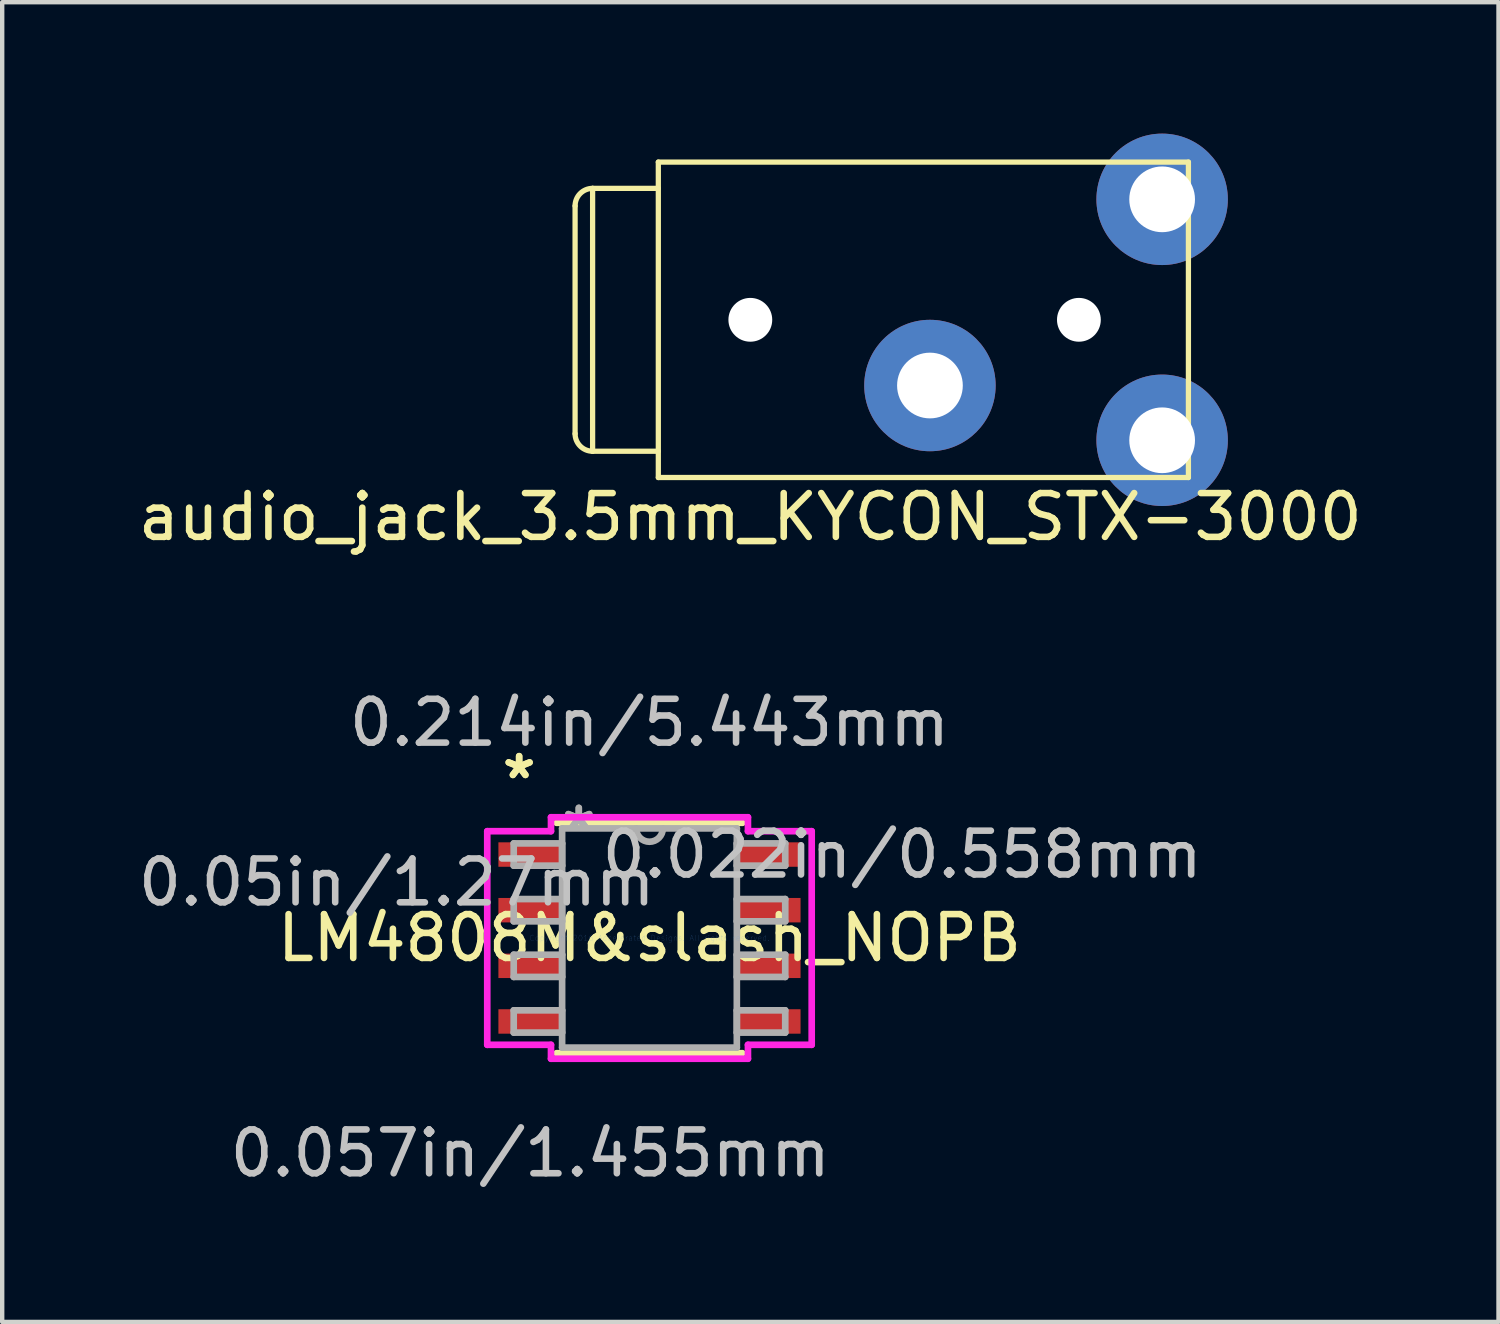
<source format=kicad_pcb>
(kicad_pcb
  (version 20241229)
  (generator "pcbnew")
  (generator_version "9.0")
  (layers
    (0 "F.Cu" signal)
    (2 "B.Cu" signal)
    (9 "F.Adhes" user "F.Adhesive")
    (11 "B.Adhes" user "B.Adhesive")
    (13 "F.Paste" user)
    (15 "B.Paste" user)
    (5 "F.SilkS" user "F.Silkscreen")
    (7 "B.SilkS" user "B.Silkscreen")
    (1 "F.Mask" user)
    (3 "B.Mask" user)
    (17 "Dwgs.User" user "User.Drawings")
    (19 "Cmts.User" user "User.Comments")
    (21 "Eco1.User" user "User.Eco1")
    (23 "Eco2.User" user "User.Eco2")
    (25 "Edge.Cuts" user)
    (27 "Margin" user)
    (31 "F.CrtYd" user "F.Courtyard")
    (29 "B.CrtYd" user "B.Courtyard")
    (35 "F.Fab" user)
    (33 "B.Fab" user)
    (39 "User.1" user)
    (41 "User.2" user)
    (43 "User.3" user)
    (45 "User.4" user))
  (footprint "LM4808M&slash_NOPB"
    (layer "F.Cu")
    (at 11.775 18.361)
    (property "Reference" "LM4808M&slash_NOPB" (at 0 0 0) (layer "F.SilkS") (effects (font (size 1 1) (thickness 0.15))))
    (attr through_hole)
    (fp_line (start -2.121 2.629) (end 2.121 2.629) (stroke (width 0.152) (type solid)) (layer "F.SilkS"))
    (fp_line (start 2.121 -2.629) (end -2.121 -2.629) (stroke (width 0.152) (type solid)) (layer "F.SilkS"))
    (fp_line (start -3.703 -2.438) (end -2.248 -2.438) (stroke (width 0.152) (type solid)) (layer "F.CrtYd"))
    (fp_line (start -3.703 2.438) (end -3.703 -2.438) (stroke (width 0.152) (type solid)) (layer "F.CrtYd"))
    (fp_line (start -2.248 -2.756) (end 2.248 -2.756) (stroke (width 0.152) (type solid)) (layer "F.CrtYd"))
    (fp_line (start -2.248 -2.438) (end -2.248 -2.756) (stroke (width 0.152) (type solid)) (layer "F.CrtYd"))
    (fp_line (start -2.248 2.438) (end -3.703 2.438) (stroke (width 0.152) (type solid)) (layer "F.CrtYd"))
    (fp_line (start -2.248 2.756) (end -2.248 2.438) (stroke (width 0.152) (type solid)) (layer "F.CrtYd"))
    (fp_line (start 2.248 -2.756) (end 2.248 -2.438) (stroke (width 0.152) (type solid)) (layer "F.CrtYd"))
    (fp_line (start 2.248 -2.438) (end 3.703 -2.438) (stroke (width 0.152) (type solid)) (layer "F.CrtYd"))
    (fp_line (start 2.248 2.438) (end 2.248 2.756) (stroke (width 0.152) (type solid)) (layer "F.CrtYd"))
    (fp_line (start 2.248 2.756) (end -2.248 2.756) (stroke (width 0.152) (type solid)) (layer "F.CrtYd"))
    (fp_line (start 3.703 -2.438) (end 3.703 2.438) (stroke (width 0.152) (type solid)) (layer "F.CrtYd"))
    (fp_line (start 3.703 2.438) (end 2.248 2.438) (stroke (width 0.152) (type solid)) (layer "F.CrtYd"))
    (fp_line (start -3.099 -2.159) (end -3.099 -1.651) (stroke (width 0.152) (type solid)) (layer "F.Fab"))
    (fp_line (start -3.099 -1.651) (end -1.994 -1.651) (stroke (width 0.152) (type solid)) (layer "F.Fab"))
    (fp_line (start -3.099 -0.889) (end -3.099 -0.381) (stroke (width 0.152) (type solid)) (layer "F.Fab"))
    (fp_line (start -3.099 -0.381) (end -1.994 -0.381) (stroke (width 0.152) (type solid)) (layer "F.Fab"))
    (fp_line (start -3.099 0.381) (end -3.099 0.889) (stroke (width 0.152) (type solid)) (layer "F.Fab"))
    (fp_line (start -3.099 0.889) (end -1.994 0.889) (stroke (width 0.152) (type solid)) (layer "F.Fab"))
    (fp_line (start -3.099 1.651) (end -3.099 2.159) (stroke (width 0.152) (type solid)) (layer "F.Fab"))
    (fp_line (start -3.099 2.159) (end -1.994 2.159) (stroke (width 0.152) (type solid)) (layer "F.Fab"))
    (fp_line (start -1.994 -2.502) (end -1.994 2.502) (stroke (width 0.152) (type solid)) (layer "F.Fab"))
    (fp_line (start -1.994 -2.159) (end -3.099 -2.159) (stroke (width 0.152) (type solid)) (layer "F.Fab"))
    (fp_line (start -1.994 -1.651) (end -1.994 -2.159) (stroke (width 0.152) (type solid)) (layer "F.Fab"))
    (fp_line (start -1.994 -0.889) (end -3.099 -0.889) (stroke (width 0.152) (type solid)) (layer "F.Fab"))
    (fp_line (start -1.994 -0.381) (end -1.994 -0.889) (stroke (width 0.152) (type solid)) (layer "F.Fab"))
    (fp_line (start -1.994 0.381) (end -3.099 0.381) (stroke (width 0.152) (type solid)) (layer "F.Fab"))
    (fp_line (start -1.994 0.889) (end -1.994 0.381) (stroke (width 0.152) (type solid)) (layer "F.Fab"))
    (fp_line (start -1.994 1.651) (end -3.099 1.651) (stroke (width 0.152) (type solid)) (layer "F.Fab"))
    (fp_line (start -1.994 2.159) (end -1.994 1.651) (stroke (width 0.152) (type solid)) (layer "F.Fab"))
    (fp_line (start -1.994 2.502) (end 1.994 2.502) (stroke (width 0.152) (type solid)) (layer "F.Fab"))
    (fp_line (start 1.994 -2.502) (end -1.994 -2.502) (stroke (width 0.152) (type solid)) (layer "F.Fab"))
    (fp_line (start 1.994 -2.159) (end 1.994 -1.651) (stroke (width 0.152) (type solid)) (layer "F.Fab"))
    (fp_line (start 1.994 -1.651) (end 3.099 -1.651) (stroke (width 0.152) (type solid)) (layer "F.Fab"))
    (fp_line (start 1.994 -0.889) (end 1.994 -0.381) (stroke (width 0.152) (type solid)) (layer "F.Fab"))
    (fp_line (start 1.994 -0.381) (end 3.099 -0.381) (stroke (width 0.152) (type solid)) (layer "F.Fab"))
    (fp_line (start 1.994 0.381) (end 1.994 0.889) (stroke (width 0.152) (type solid)) (layer "F.Fab"))
    (fp_line (start 1.994 0.889) (end 3.099 0.889) (stroke (width 0.152) (type solid)) (layer "F.Fab"))
    (fp_line (start 1.994 1.651) (end 1.994 2.159) (stroke (width 0.152) (type solid)) (layer "F.Fab"))
    (fp_line (start 1.994 2.159) (end 3.099 2.159) (stroke (width 0.152) (type solid)) (layer "F.Fab"))
    (fp_line (start 1.994 2.502) (end 1.994 -2.502) (stroke (width 0.152) (type solid)) (layer "F.Fab"))
    (fp_line (start 3.099 -2.159) (end 1.994 -2.159) (stroke (width 0.152) (type solid)) (layer "F.Fab"))
    (fp_line (start 3.099 -1.651) (end 3.099 -2.159) (stroke (width 0.152) (type solid)) (layer "F.Fab"))
    (fp_line (start 3.099 -0.889) (end 1.994 -0.889) (stroke (width 0.152) (type solid)) (layer "F.Fab"))
    (fp_line (start 3.099 -0.381) (end 3.099 -0.889) (stroke (width 0.152) (type solid)) (layer "F.Fab"))
    (fp_line (start 3.099 0.381) (end 1.994 0.381) (stroke (width 0.152) (type solid)) (layer "F.Fab"))
    (fp_line (start 3.099 0.889) (end 3.099 0.381) (stroke (width 0.152) (type solid)) (layer "F.Fab"))
    (fp_line (start 3.099 1.651) (end 1.994 1.651) (stroke (width 0.152) (type solid)) (layer "F.Fab"))
    (fp_line (start 3.099 2.159) (end 3.099 1.651) (stroke (width 0.152) (type solid)) (layer "F.Fab"))
    (fp_arc (start 0.3048 -2.5019) (mid 0 -2.1971) (end -0.3048 -2.5019) (stroke (width 0.1524) (type solid)) (layer "F.Fab"))
    (fp_text user "*" (at -2.975 -3.606 0) (layer "F.SilkS") (effects (font (size 1 1) (thickness 0.15))))
    (fp_text user "*" (at -2.975 -3.606 0) (layer "F.SilkS") (effects (font (size 1 1) (thickness 0.15))))
    (fp_text user "0.05in/1.27mm" (at -5.769 -1.27 0) (layer "Dwgs.User") (effects (font (size 1 1) (thickness 0.15))))
    (fp_text user "0.022in/0.558mm" (at 5.769 -1.905 0) (layer "Dwgs.User") (effects (font (size 1 1) (thickness 0.15))))
    (fp_text user "0.214in/5.443mm" (at 0 -4.915 0) (layer "Dwgs.User") (effects (font (size 1 1) (thickness 0.15))))
    (fp_text user "0.057in/1.455mm" (at -2.721 4.915 0) (layer "Dwgs.User") (effects (font (size 1 1) (thickness 0.15))))
    (fp_text user "Copyright 2016 Accelerated Designs. All rights reserved." (at 0 0 0) (layer "Cmts.User") (effects (font (size 0.127 0.127) (thickness 0.002))))
    (fp_text user "*" (at -1.613 -2.426 0) (layer "F.Fab") (effects (font (size 1 1) (thickness 0.15))))
    (fp_text user "*" (at -1.613 -2.426 0) (layer "F.Fab") (effects (font (size 1 1) (thickness 0.15))))
    (pad "1" smd rect (at -2.721 -1.905) (size 1.455 0.558) (layers "F.Cu" "F.Mask" "F.Paste"))
    (pad "2" smd rect (at -2.721 -0.635) (size 1.455 0.558) (layers "F.Cu" "F.Mask" "F.Paste"))
    (pad "3" smd rect (at -2.721 0.635) (size 1.455 0.558) (layers "F.Cu" "F.Mask" "F.Paste"))
    (pad "4" smd rect (at -2.721 1.905) (size 1.455 0.558) (layers "F.Cu" "F.Mask" "F.Paste"))
    (pad "5" smd rect (at 2.721 1.905) (size 1.455 0.558) (layers "F.Cu" "F.Mask" "F.Paste"))
    (pad "6" smd rect (at 2.721 0.635) (size 1.455 0.558) (layers "F.Cu" "F.Mask" "F.Paste"))
    (pad "7" smd rect (at 2.721 -0.635) (size 1.455 0.558) (layers "F.Cu" "F.Mask" "F.Paste"))
    (pad "8" smd rect (at 2.721 -1.905) (size 1.455 0.558) (layers "F.Cu" "F.Mask" "F.Paste")))
  (footprint "audio_jack_3.5mm_KYCON_STX-3000"
    (layer "F.Cu")
    (at 10.077 4.25)
    (property "Reference" "audio_jack_3.5mm_KYCON_STX-3000" (at 4 4.5 180) (layer "F.SilkS") (effects (font (size 1 1) (thickness 0.15))))
    (attr through_hole)
    (fp_line (start 0 -2.6) (end 0 2.6) (stroke (width 0.12) (type solid)) (layer "F.SilkS"))
    (fp_line (start 0.4 -3) (end 0.4 3) (stroke (width 0.12) (type solid)) (layer "F.SilkS"))
    (fp_line (start 0.4 -3) (end 1.9 -3) (stroke (width 0.12) (type solid)) (layer "F.SilkS"))
    (fp_line (start 0.4 3) (end 1.9 3) (stroke (width 0.12) (type solid)) (layer "F.SilkS"))
    (fp_line (start 1.9 -3.6) (end 1.9 3.6) (stroke (width 0.12) (type solid)) (layer "F.SilkS"))
    (fp_line (start 1.9 -3.6) (end 14 -3.6) (stroke (width 0.12) (type solid)) (layer "F.SilkS"))
    (fp_line (start 14 -3.6) (end 14 3.6) (stroke (width 0.12) (type solid)) (layer "F.SilkS"))
    (fp_line (start 14 3.6) (end 1.9 3.6) (stroke (width 0.12) (type solid)) (layer "F.SilkS"))
    (fp_arc (start 0 -2.6) (mid 0.117157 -2.882843) (end 0.4 -3) (stroke (width 0.12) (type solid)) (layer "F.SilkS"))
    (fp_arc (start 0.4 3) (mid 0.117157 2.882843) (end 0 2.6) (stroke (width 0.12) (type solid)) (layer "F.SilkS"))
    (pad "" np_thru_hole circle (at 4 0) (size 1 1) (drill 1) (layers "*.Cu" "*.Mask"))
    (pad "" np_thru_hole circle (at 11.5 0) (size 1 1) (drill 1) (layers "*.Cu" "*.Mask"))
    (pad "R" thru_hole circle (at 13.4 -2.75) (size 3 3) (drill 1.5) (layers "*.Cu" "*.Mask"))
    (pad "S" thru_hole circle (at 8.1 1.5) (size 3 3) (drill 1.5) (layers "*.Cu" "*.Mask"))
    (pad "T" thru_hole circle (at 13.4 2.75) (size 3 3) (drill 1.5) (layers "*.Cu" "*.Mask")))
  (gr_rect
    (start -3 -3)
    (end 31.155 27.125)
    (stroke (width 0.1) (type default))
    (fill no)
    (layer "Edge.Cuts")))
</source>
